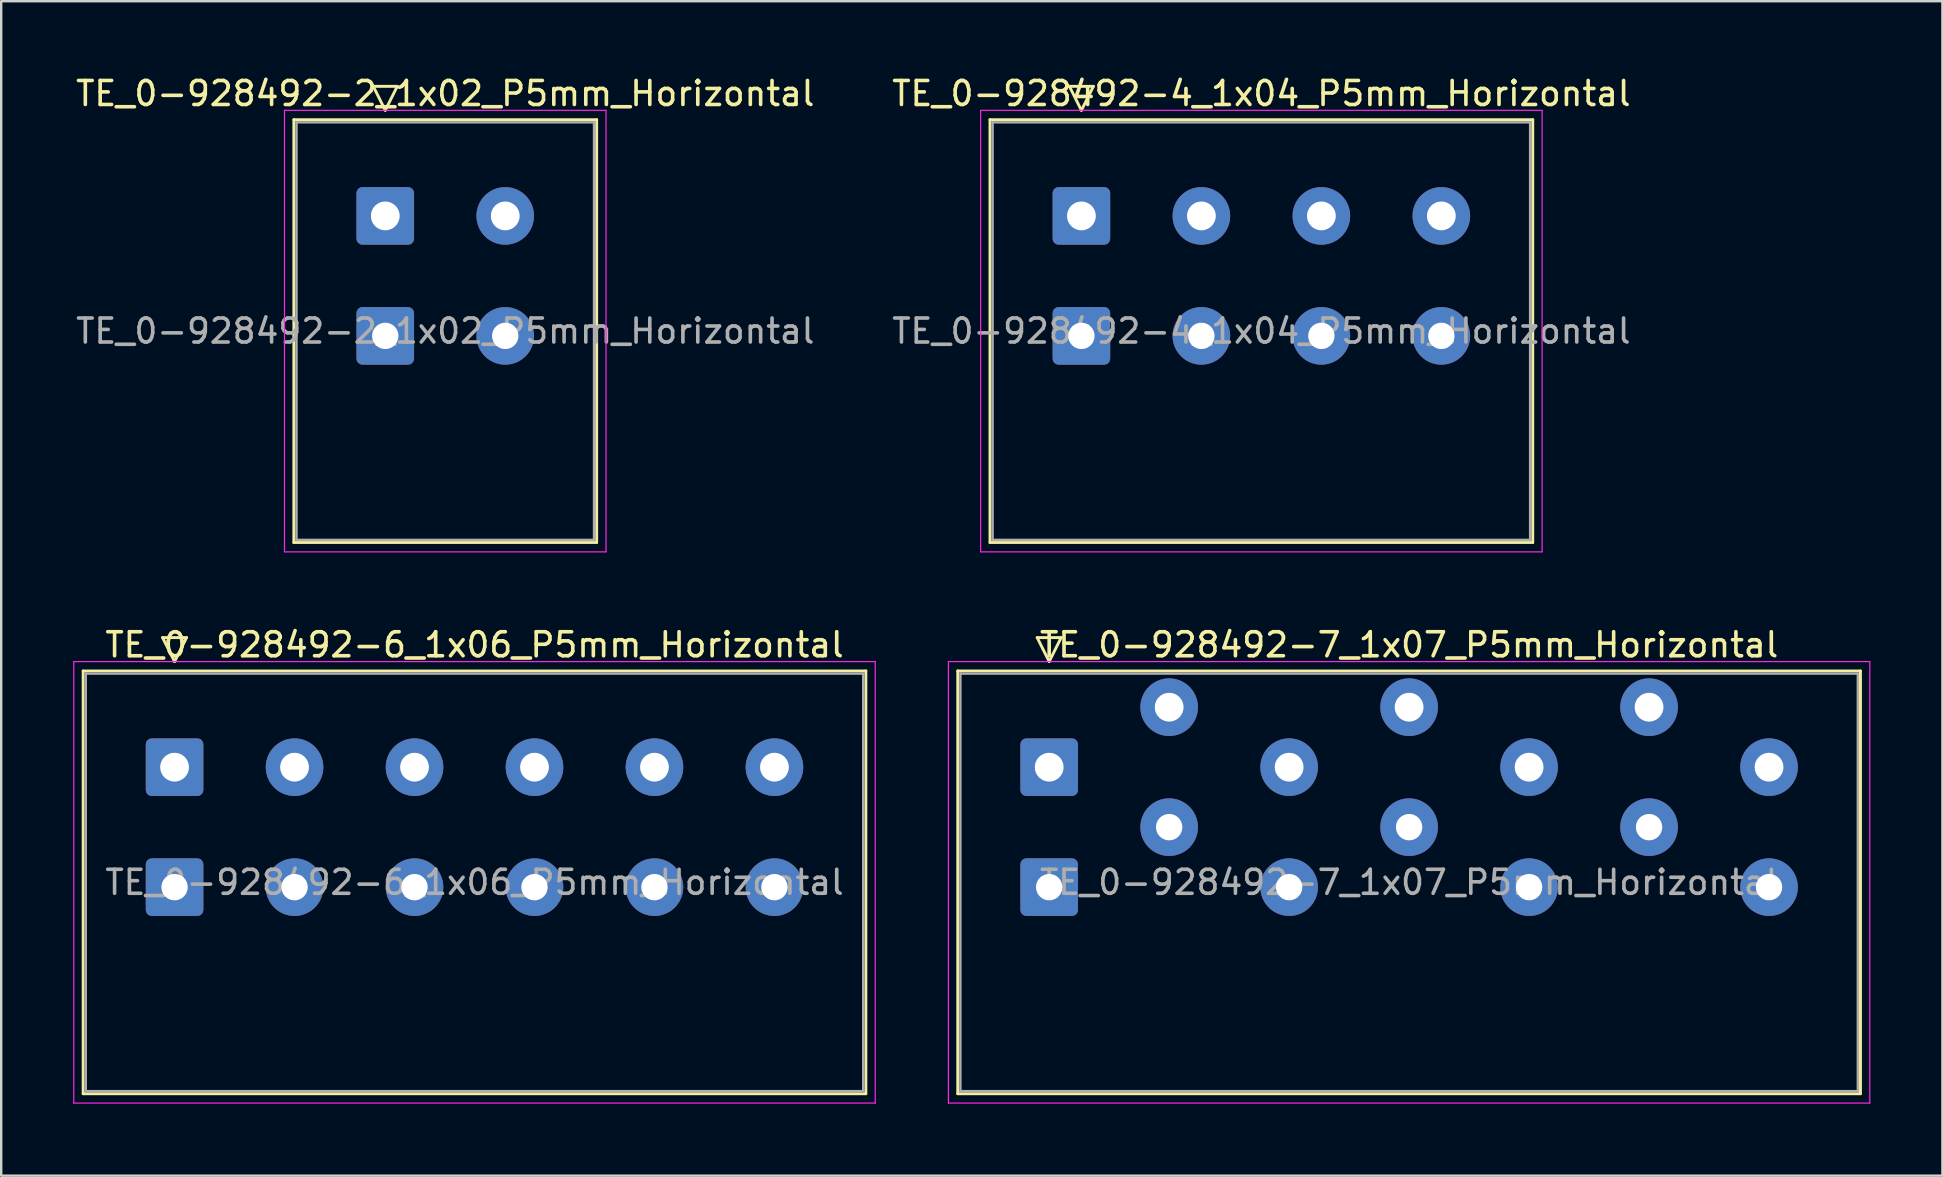
<source format=kicad_pcb>
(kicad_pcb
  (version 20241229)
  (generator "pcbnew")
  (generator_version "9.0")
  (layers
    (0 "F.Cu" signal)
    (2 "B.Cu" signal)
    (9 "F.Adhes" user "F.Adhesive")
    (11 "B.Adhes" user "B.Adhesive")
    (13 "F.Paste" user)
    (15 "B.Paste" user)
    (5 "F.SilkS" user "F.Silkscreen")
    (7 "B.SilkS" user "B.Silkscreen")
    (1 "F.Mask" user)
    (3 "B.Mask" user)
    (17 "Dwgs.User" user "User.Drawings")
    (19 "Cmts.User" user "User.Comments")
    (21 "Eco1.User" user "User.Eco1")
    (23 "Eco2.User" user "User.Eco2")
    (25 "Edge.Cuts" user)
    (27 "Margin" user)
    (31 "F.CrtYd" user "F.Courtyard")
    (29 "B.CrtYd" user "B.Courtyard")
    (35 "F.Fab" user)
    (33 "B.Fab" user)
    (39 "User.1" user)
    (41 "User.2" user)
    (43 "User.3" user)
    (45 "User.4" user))
  (footprint "TE_0-928492-2_1x02_P5mm_Horizontal"
    (layer "F.Cu")
    (at 13.006 5.948)
    (property "Reference" "TE_0-928492-2_1x02_P5mm_Horizontal" (at 2.5 -5.1 0) (layer "F.SilkS") (effects (font (size 1 1) (thickness 0.15))))
    (attr through_hole)
    (fp_line (start -3.81 -4.01) (end 8.81 -4.01) (stroke (width 0.12) (type solid)) (layer "F.SilkS"))
    (fp_line (start -3.81 13.61) (end -3.81 -4.01) (stroke (width 0.12) (type solid)) (layer "F.SilkS"))
    (fp_line (start -0.5 -5.4) (end 0.5 -5.4) (stroke (width 0.12) (type solid)) (layer "F.SilkS"))
    (fp_line (start 0 -4.4) (end -0.5 -5.4) (stroke (width 0.12) (type solid)) (layer "F.SilkS"))
    (fp_line (start 0.5 -5.4) (end 0 -4.4) (stroke (width 0.12) (type solid)) (layer "F.SilkS"))
    (fp_line (start 8.81 -4.01) (end 8.81 13.61) (stroke (width 0.12) (type solid)) (layer "F.SilkS"))
    (fp_line (start 8.81 13.61) (end -3.81 13.61) (stroke (width 0.12) (type solid)) (layer "F.SilkS"))
    (fp_line (start -4.2 -4.4) (end 9.2 -4.4) (stroke (width 0.05) (type solid)) (layer "F.CrtYd"))
    (fp_line (start -4.2 14) (end -4.2 -4.4) (stroke (width 0.05) (type solid)) (layer "F.CrtYd"))
    (fp_line (start 9.2 -4.4) (end 9.2 14) (stroke (width 0.05) (type solid)) (layer "F.CrtYd"))
    (fp_line (start 9.2 14) (end -4.2 14) (stroke (width 0.05) (type solid)) (layer "F.CrtYd"))
    (fp_line (start -3.7 -3.9) (end 8.7 -3.9) (stroke (width 0.1) (type solid)) (layer "F.Fab"))
    (fp_line (start -3.7 13.5) (end -3.7 -3.9) (stroke (width 0.1) (type solid)) (layer "F.Fab"))
    (fp_line (start 8.7 -3.9) (end 8.7 13.5) (stroke (width 0.1) (type solid)) (layer "F.Fab"))
    (fp_line (start 8.7 13.5) (end -3.7 13.5) (stroke (width 0.1) (type solid)) (layer "F.Fab"))
    (fp_text user "${REFERENCE}" (at 2.5 4.8 0) (layer "F.Fab") (effects (font (size 1 1) (thickness 0.15))))
    (pad "1" thru_hole roundrect (at 0 0) (size 2.4 2.4) (drill 1.2) (layers "*.Cu" "*.Mask") (roundrect_rratio 0.104))
    (pad "1" thru_hole roundrect (at 0 5) (size 2.4 2.4) (drill 1.1) (layers "*.Cu" "*.Mask") (roundrect_rratio 0.104))
    (pad "2" thru_hole circle (at 5 0) (size 2.4 2.4) (drill 1.2) (layers "*.Cu" "*.Mask"))
    (pad "2" thru_hole circle (at 5 5) (size 2.4 2.4) (drill 1.1) (layers "*.Cu" "*.Mask")))
  (footprint "TE_0-928492-7_1x07_P5mm_Horizontal"
    (layer "F.Cu")
    (at 40.675 28.922)
    (property "Reference" "TE_0-928492-7_1x07_P5mm_Horizontal" (at 15 -5.1 0) (layer "F.SilkS") (effects (font (size 1 1) (thickness 0.15))))
    (attr through_hole)
    (fp_line (start -3.81 -4.01) (end 33.81 -4.01) (stroke (width 0.12) (type solid)) (layer "F.SilkS"))
    (fp_line (start -3.81 13.61) (end -3.81 -4.01) (stroke (width 0.12) (type solid)) (layer "F.SilkS"))
    (fp_line (start -0.5 -5.4) (end 0.5 -5.4) (stroke (width 0.12) (type solid)) (layer "F.SilkS"))
    (fp_line (start 0 -4.4) (end -0.5 -5.4) (stroke (width 0.12) (type solid)) (layer "F.SilkS"))
    (fp_line (start 0.5 -5.4) (end 0 -4.4) (stroke (width 0.12) (type solid)) (layer "F.SilkS"))
    (fp_line (start 33.81 -4.01) (end 33.81 13.61) (stroke (width 0.12) (type solid)) (layer "F.SilkS"))
    (fp_line (start 33.81 13.61) (end -3.81 13.61) (stroke (width 0.12) (type solid)) (layer "F.SilkS"))
    (fp_line (start -4.2 -4.4) (end 34.2 -4.4) (stroke (width 0.05) (type solid)) (layer "F.CrtYd"))
    (fp_line (start -4.2 14) (end -4.2 -4.4) (stroke (width 0.05) (type solid)) (layer "F.CrtYd"))
    (fp_line (start 34.2 -4.4) (end 34.2 14) (stroke (width 0.05) (type solid)) (layer "F.CrtYd"))
    (fp_line (start 34.2 14) (end -4.2 14) (stroke (width 0.05) (type solid)) (layer "F.CrtYd"))
    (fp_line (start -3.7 -3.9) (end 33.7 -3.9) (stroke (width 0.1) (type solid)) (layer "F.Fab"))
    (fp_line (start -3.7 13.5) (end -3.7 -3.9) (stroke (width 0.1) (type solid)) (layer "F.Fab"))
    (fp_line (start 33.7 -3.9) (end 33.7 13.5) (stroke (width 0.1) (type solid)) (layer "F.Fab"))
    (fp_line (start 33.7 13.5) (end -3.7 13.5) (stroke (width 0.1) (type solid)) (layer "F.Fab"))
    (fp_text user "${REFERENCE}" (at 15 4.8 0) (layer "F.Fab") (effects (font (size 1 1) (thickness 0.15))))
    (pad "1" thru_hole roundrect (at 0 0) (size 2.4 2.4) (drill 1.2) (layers "*.Cu" "*.Mask") (roundrect_rratio 0.104))
    (pad "1" thru_hole roundrect (at 0 5) (size 2.4 2.4) (drill 1.1) (layers "*.Cu" "*.Mask") (roundrect_rratio 0.104))
    (pad "2" thru_hole circle (at 5 -2.5) (size 2.4 2.4) (drill 1.2) (layers "*.Cu" "*.Mask"))
    (pad "2" thru_hole circle (at 5 2.5) (size 2.4 2.4) (drill 1.1) (layers "*.Cu" "*.Mask"))
    (pad "3" thru_hole circle (at 10 0) (size 2.4 2.4) (drill 1.2) (layers "*.Cu" "*.Mask"))
    (pad "3" thru_hole circle (at 10 5) (size 2.4 2.4) (drill 1.1) (layers "*.Cu" "*.Mask"))
    (pad "4" thru_hole circle (at 15 -2.5) (size 2.4 2.4) (drill 1.2) (layers "*.Cu" "*.Mask"))
    (pad "4" thru_hole circle (at 15 2.5) (size 2.4 2.4) (drill 1.1) (layers "*.Cu" "*.Mask"))
    (pad "5" thru_hole circle (at 20 0) (size 2.4 2.4) (drill 1.2) (layers "*.Cu" "*.Mask"))
    (pad "5" thru_hole circle (at 20 5) (size 2.4 2.4) (drill 1.1) (layers "*.Cu" "*.Mask"))
    (pad "6" thru_hole circle (at 25 -2.5) (size 2.4 2.4) (drill 1.2) (layers "*.Cu" "*.Mask"))
    (pad "6" thru_hole circle (at 25 2.5) (size 2.4 2.4) (drill 1.1) (layers "*.Cu" "*.Mask"))
    (pad "7" thru_hole circle (at 30 0) (size 2.4 2.4) (drill 1.2) (layers "*.Cu" "*.Mask"))
    (pad "7" thru_hole circle (at 30 5) (size 2.4 2.4) (drill 1.1) (layers "*.Cu" "*.Mask")))
  (footprint "TE_0-928492-4_1x04_P5mm_Horizontal"
    (layer "F.Cu")
    (at 42.018 5.948)
    (property "Reference" "TE_0-928492-4_1x04_P5mm_Horizontal" (at 7.5 -5.1 0) (layer "F.SilkS") (effects (font (size 1 1) (thickness 0.15))))
    (attr through_hole)
    (fp_line (start -3.81 -4.01) (end 18.81 -4.01) (stroke (width 0.12) (type solid)) (layer "F.SilkS"))
    (fp_line (start -3.81 13.61) (end -3.81 -4.01) (stroke (width 0.12) (type solid)) (layer "F.SilkS"))
    (fp_line (start -0.5 -5.4) (end 0.5 -5.4) (stroke (width 0.12) (type solid)) (layer "F.SilkS"))
    (fp_line (start 0 -4.4) (end -0.5 -5.4) (stroke (width 0.12) (type solid)) (layer "F.SilkS"))
    (fp_line (start 0.5 -5.4) (end 0 -4.4) (stroke (width 0.12) (type solid)) (layer "F.SilkS"))
    (fp_line (start 18.81 -4.01) (end 18.81 13.61) (stroke (width 0.12) (type solid)) (layer "F.SilkS"))
    (fp_line (start 18.81 13.61) (end -3.81 13.61) (stroke (width 0.12) (type solid)) (layer "F.SilkS"))
    (fp_line (start -4.2 -4.4) (end 19.2 -4.4) (stroke (width 0.05) (type solid)) (layer "F.CrtYd"))
    (fp_line (start -4.2 14) (end -4.2 -4.4) (stroke (width 0.05) (type solid)) (layer "F.CrtYd"))
    (fp_line (start 19.2 -4.4) (end 19.2 14) (stroke (width 0.05) (type solid)) (layer "F.CrtYd"))
    (fp_line (start 19.2 14) (end -4.2 14) (stroke (width 0.05) (type solid)) (layer "F.CrtYd"))
    (fp_line (start -3.7 -3.9) (end 18.7 -3.9) (stroke (width 0.1) (type solid)) (layer "F.Fab"))
    (fp_line (start -3.7 13.5) (end -3.7 -3.9) (stroke (width 0.1) (type solid)) (layer "F.Fab"))
    (fp_line (start 18.7 -3.9) (end 18.7 13.5) (stroke (width 0.1) (type solid)) (layer "F.Fab"))
    (fp_line (start 18.7 13.5) (end -3.7 13.5) (stroke (width 0.1) (type solid)) (layer "F.Fab"))
    (fp_text user "${REFERENCE}" (at 7.5 4.8 0) (layer "F.Fab") (effects (font (size 1 1) (thickness 0.15))))
    (pad "1" thru_hole roundrect (at 0 0) (size 2.4 2.4) (drill 1.2) (layers "*.Cu" "*.Mask") (roundrect_rratio 0.104))
    (pad "1" thru_hole roundrect (at 0 5) (size 2.4 2.4) (drill 1.1) (layers "*.Cu" "*.Mask") (roundrect_rratio 0.104))
    (pad "2" thru_hole circle (at 5 0) (size 2.4 2.4) (drill 1.2) (layers "*.Cu" "*.Mask"))
    (pad "2" thru_hole circle (at 5 5) (size 2.4 2.4) (drill 1.1) (layers "*.Cu" "*.Mask"))
    (pad "3" thru_hole circle (at 10 0) (size 2.4 2.4) (drill 1.2) (layers "*.Cu" "*.Mask"))
    (pad "3" thru_hole circle (at 10 5) (size 2.4 2.4) (drill 1.1) (layers "*.Cu" "*.Mask"))
    (pad "4" thru_hole circle (at 15 0) (size 2.4 2.4) (drill 1.2) (layers "*.Cu" "*.Mask"))
    (pad "4" thru_hole circle (at 15 5) (size 2.4 2.4) (drill 1.1) (layers "*.Cu" "*.Mask")))
  (footprint "TE_0-928492-6_1x06_P5mm_Horizontal"
    (layer "F.Cu")
    (at 4.225 28.922)
    (property "Reference" "TE_0-928492-6_1x06_P5mm_Horizontal" (at 12.5 -5.1 0) (layer "F.SilkS") (effects (font (size 1 1) (thickness 0.15))))
    (attr through_hole)
    (fp_line (start -3.81 -4.01) (end 28.81 -4.01) (stroke (width 0.12) (type solid)) (layer "F.SilkS"))
    (fp_line (start -3.81 13.61) (end -3.81 -4.01) (stroke (width 0.12) (type solid)) (layer "F.SilkS"))
    (fp_line (start -0.5 -5.4) (end 0.5 -5.4) (stroke (width 0.12) (type solid)) (layer "F.SilkS"))
    (fp_line (start 0 -4.4) (end -0.5 -5.4) (stroke (width 0.12) (type solid)) (layer "F.SilkS"))
    (fp_line (start 0.5 -5.4) (end 0 -4.4) (stroke (width 0.12) (type solid)) (layer "F.SilkS"))
    (fp_line (start 28.81 -4.01) (end 28.81 13.61) (stroke (width 0.12) (type solid)) (layer "F.SilkS"))
    (fp_line (start 28.81 13.61) (end -3.81 13.61) (stroke (width 0.12) (type solid)) (layer "F.SilkS"))
    (fp_line (start -4.2 -4.4) (end 29.2 -4.4) (stroke (width 0.05) (type solid)) (layer "F.CrtYd"))
    (fp_line (start -4.2 14) (end -4.2 -4.4) (stroke (width 0.05) (type solid)) (layer "F.CrtYd"))
    (fp_line (start 29.2 -4.4) (end 29.2 14) (stroke (width 0.05) (type solid)) (layer "F.CrtYd"))
    (fp_line (start 29.2 14) (end -4.2 14) (stroke (width 0.05) (type solid)) (layer "F.CrtYd"))
    (fp_line (start -3.7 -3.9) (end 28.7 -3.9) (stroke (width 0.1) (type solid)) (layer "F.Fab"))
    (fp_line (start -3.7 13.5) (end -3.7 -3.9) (stroke (width 0.1) (type solid)) (layer "F.Fab"))
    (fp_line (start 28.7 -3.9) (end 28.7 13.5) (stroke (width 0.1) (type solid)) (layer "F.Fab"))
    (fp_line (start 28.7 13.5) (end -3.7 13.5) (stroke (width 0.1) (type solid)) (layer "F.Fab"))
    (fp_text user "${REFERENCE}" (at 12.5 4.8 0) (layer "F.Fab") (effects (font (size 1 1) (thickness 0.15))))
    (pad "1" thru_hole roundrect (at 0 0) (size 2.4 2.4) (drill 1.2) (layers "*.Cu" "*.Mask") (roundrect_rratio 0.104))
    (pad "1" thru_hole roundrect (at 0 5) (size 2.4 2.4) (drill 1.1) (layers "*.Cu" "*.Mask") (roundrect_rratio 0.104))
    (pad "2" thru_hole circle (at 5 0) (size 2.4 2.4) (drill 1.2) (layers "*.Cu" "*.Mask"))
    (pad "2" thru_hole circle (at 5 5) (size 2.4 2.4) (drill 1.1) (layers "*.Cu" "*.Mask"))
    (pad "3" thru_hole circle (at 10 0) (size 2.4 2.4) (drill 1.2) (layers "*.Cu" "*.Mask"))
    (pad "3" thru_hole circle (at 10 5) (size 2.4 2.4) (drill 1.1) (layers "*.Cu" "*.Mask"))
    (pad "4" thru_hole circle (at 15 0) (size 2.4 2.4) (drill 1.2) (layers "*.Cu" "*.Mask"))
    (pad "4" thru_hole circle (at 15 5) (size 2.4 2.4) (drill 1.1) (layers "*.Cu" "*.Mask"))
    (pad "5" thru_hole circle (at 20 0) (size 2.4 2.4) (drill 1.2) (layers "*.Cu" "*.Mask"))
    (pad "5" thru_hole circle (at 20 5) (size 2.4 2.4) (drill 1.1) (layers "*.Cu" "*.Mask"))
    (pad "6" thru_hole circle (at 25 0) (size 2.4 2.4) (drill 1.2) (layers "*.Cu" "*.Mask"))
    (pad "6" thru_hole circle (at 25 5) (size 2.4 2.4) (drill 1.1) (layers "*.Cu" "*.Mask")))
  (gr_rect
    (start -3 -3)
    (end 77.9 45.947)
    (stroke (width 0.1) (type default))
    (fill no)
    (layer "Edge.Cuts")))
</source>
